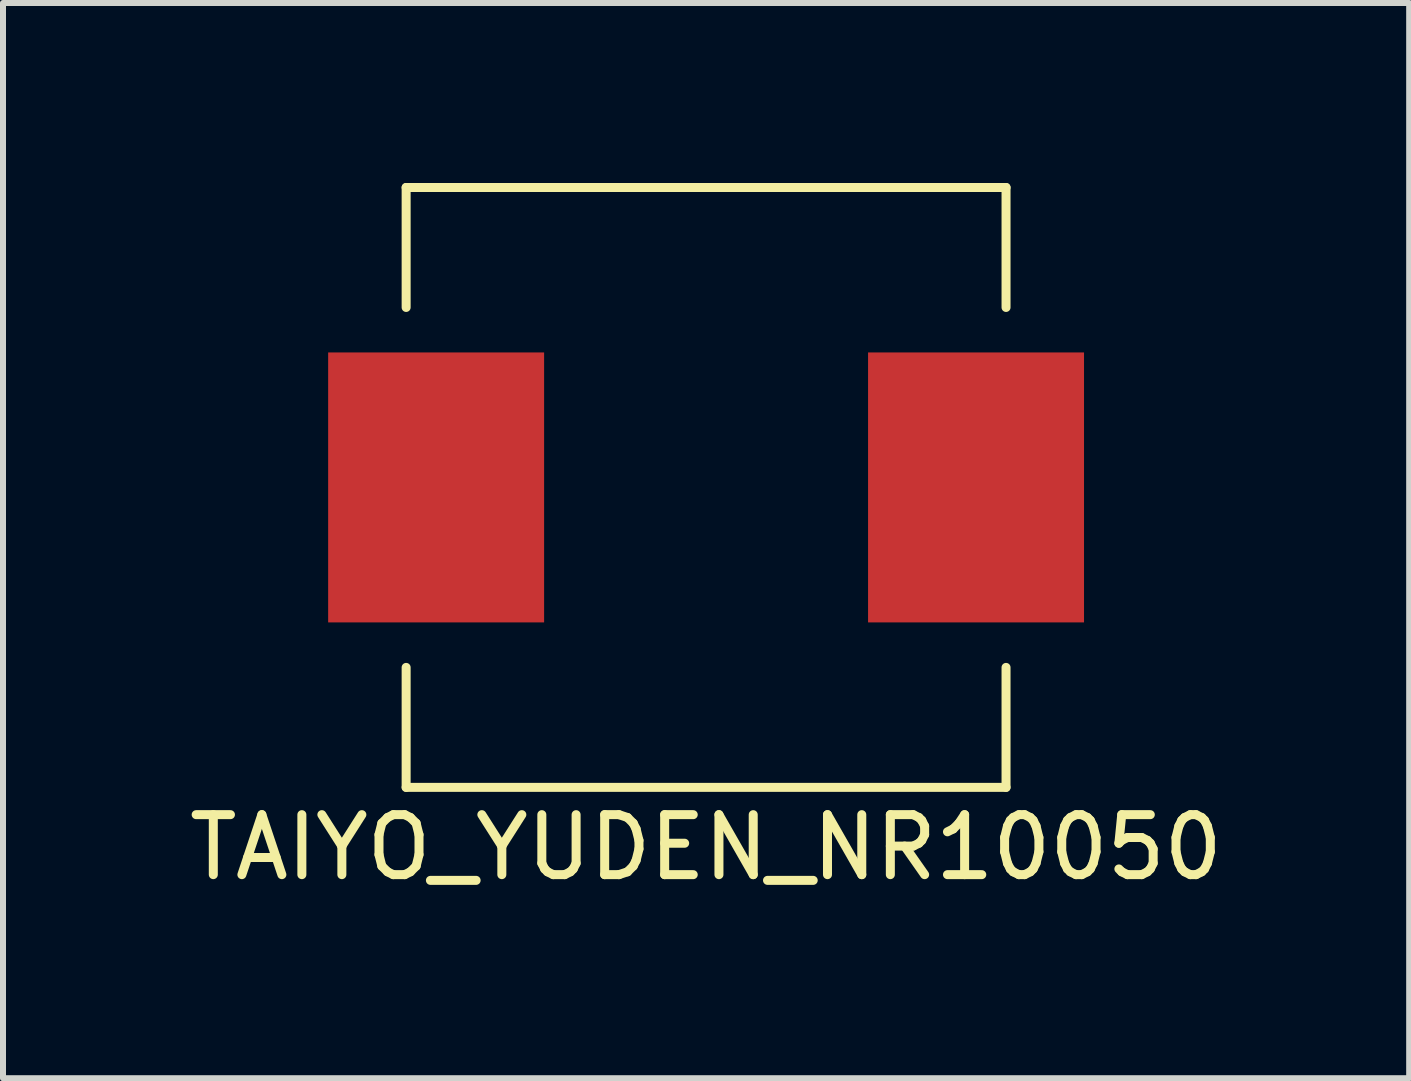
<source format=kicad_pcb>
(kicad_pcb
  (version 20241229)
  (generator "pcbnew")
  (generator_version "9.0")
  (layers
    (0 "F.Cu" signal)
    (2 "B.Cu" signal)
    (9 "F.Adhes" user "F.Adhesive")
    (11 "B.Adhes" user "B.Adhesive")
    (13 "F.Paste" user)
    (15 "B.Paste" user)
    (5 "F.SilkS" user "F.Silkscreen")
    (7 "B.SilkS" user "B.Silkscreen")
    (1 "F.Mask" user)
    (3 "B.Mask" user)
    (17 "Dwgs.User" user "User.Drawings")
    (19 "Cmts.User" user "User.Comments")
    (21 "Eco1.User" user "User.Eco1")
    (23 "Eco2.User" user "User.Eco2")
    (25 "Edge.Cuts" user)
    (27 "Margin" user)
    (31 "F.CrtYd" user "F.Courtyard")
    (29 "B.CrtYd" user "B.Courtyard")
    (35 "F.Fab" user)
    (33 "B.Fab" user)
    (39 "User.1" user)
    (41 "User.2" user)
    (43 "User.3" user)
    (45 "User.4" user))
  (footprint "TAIYO_YUDEN_NR10050"
    (layer "F.Cu")
    (at 8.72 5.075)
    (property "Reference" "TAIYO_YUDEN_NR10050" (at 0 6 0) (layer "F.SilkS") (effects (font (size 1 1) (thickness 0.15))))
    (attr through_hole)
    (fp_line (start -5 -3) (end -5 -5) (stroke (width 0.15) (type solid)) (layer "F.SilkS"))
    (fp_line (start -5 3) (end -5 5) (stroke (width 0.15) (type solid)) (layer "F.SilkS"))
    (fp_line (start 5 -5) (end -5 -5) (stroke (width 0.15) (type solid)) (layer "F.SilkS"))
    (fp_line (start 5 -3) (end 5 -5) (stroke (width 0.15) (type solid)) (layer "F.SilkS"))
    (fp_line (start 5 3) (end 5 5) (stroke (width 0.15) (type solid)) (layer "F.SilkS"))
    (fp_line (start 5 5) (end -5 5) (stroke (width 0.15) (type solid)) (layer "F.SilkS"))
    (pad "1" smd rect (at 4.5 0) (size 3.6 4.5) (layers "F.Cu" "F.Mask" "F.Paste"))
    (pad "2" smd rect (at -4.5 0) (size 3.6 4.5) (layers "F.Cu" "F.Mask" "F.Paste")))
  (gr_rect
    (start -3 -3)
    (end 20.44 14.923)
    (stroke (width 0.1) (type default))
    (fill no)
    (layer "Edge.Cuts")))
</source>
